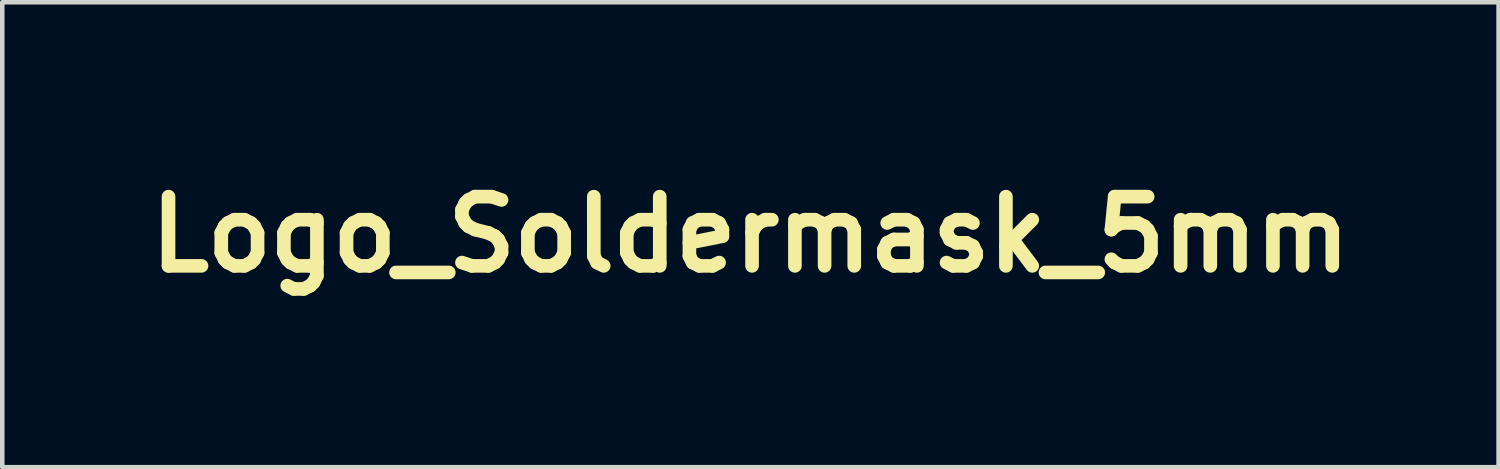
<source format=kicad_pcb>
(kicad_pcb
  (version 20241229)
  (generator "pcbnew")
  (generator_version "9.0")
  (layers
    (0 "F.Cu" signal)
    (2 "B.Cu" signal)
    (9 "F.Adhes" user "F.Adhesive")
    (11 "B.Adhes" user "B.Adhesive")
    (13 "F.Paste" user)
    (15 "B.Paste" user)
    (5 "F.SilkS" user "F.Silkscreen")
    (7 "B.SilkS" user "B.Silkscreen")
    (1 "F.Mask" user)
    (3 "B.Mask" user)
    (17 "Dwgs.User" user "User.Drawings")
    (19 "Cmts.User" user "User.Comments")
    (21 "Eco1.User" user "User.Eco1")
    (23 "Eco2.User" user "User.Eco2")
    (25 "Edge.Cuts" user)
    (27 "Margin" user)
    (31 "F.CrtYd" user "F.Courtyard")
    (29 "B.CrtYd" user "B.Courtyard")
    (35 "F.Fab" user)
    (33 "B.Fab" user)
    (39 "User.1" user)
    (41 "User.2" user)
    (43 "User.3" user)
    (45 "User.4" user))
  (footprint "Logo_Soldermask_5mm"
    (layer "F.Cu")
    (at 13.469 2.113)
    (property "Reference" "Logo_Soldermask_5mm" (at 0 0 0) (layer "F.SilkS") (effects (font (size 1.524 1.524) (thickness 0.3))))
    (attr through_hole)
    (fp_poly (pts (xy 0.008 -2.102) (xy 0.019 -2.085) (xy 0.035 -2.058) (xy 0.056 -2.021) (xy 0.082 -1.976) (xy 0.112 -1.923) (xy 0.145 -1.864) (xy 0.181 -1.8) (xy 0.219 -1.731) (xy 0.252 -1.672) (xy 0.292 -1.6) (xy 0.33 -1.531) (xy 0.366 -1.467) (xy 0.399 -1.408) (xy 0.428 -1.356) (xy 0.453 -1.311) (xy 0.473 -1.275) (xy 0.488 -1.248) (xy 0.497 -1.231) (xy 0.5 -1.226) (xy 0.505 -1.224) (xy 0.514 -1.226) (xy 0.531 -1.231) (xy 0.555 -1.24) (xy 0.588 -1.253) (xy 0.631 -1.271) (xy 0.684 -1.294) (xy 0.741 -1.319) (xy 0.794 -1.342) (xy 0.844 -1.363) (xy 0.888 -1.381) (xy 0.925 -1.396) (xy 0.953 -1.408) (xy 0.972 -1.415) (xy 0.98 -1.417) (xy 0.98 -1.416) (xy 0.98 -1.409) (xy 0.978 -1.389) (xy 0.976 -1.357) (xy 0.972 -1.313) (xy 0.968 -1.26) (xy 0.962 -1.198) (xy 0.956 -1.128) (xy 0.949 -1.051) (xy 0.941 -0.968) (xy 0.933 -0.88) (xy 0.924 -0.787) (xy 0.923 -0.772) (xy 0.914 -0.679) (xy 0.905 -0.59) (xy 0.897 -0.506) (xy 0.89 -0.428) (xy 0.884 -0.357) (xy 0.878 -0.293) (xy 0.873 -0.239) (xy 0.869 -0.194) (xy 0.866 -0.16) (xy 0.864 -0.138) (xy 0.864 -0.129) (xy 0.864 -0.129) (xy 0.87 -0.133) (xy 0.885 -0.145) (xy 0.908 -0.165) (xy 0.939 -0.192) (xy 0.977 -0.225) (xy 1.021 -0.263) (xy 1.069 -0.306) (xy 1.122 -0.352) (xy 1.168 -0.393) (xy 1.223 -0.442) (xy 1.275 -0.488) (xy 1.323 -0.531) (xy 1.366 -0.568) (xy 1.403 -0.601) (xy 1.434 -0.627) (xy 1.456 -0.646) (xy 1.47 -0.658) (xy 1.475 -0.661) (xy 1.477 -0.66) (xy 1.48 -0.654) (xy 1.485 -0.644) (xy 1.492 -0.627) (xy 1.501 -0.603) (xy 1.514 -0.57) (xy 1.53 -0.528) (xy 1.549 -0.475) (xy 1.572 -0.413) (xy 1.592 -0.357) (xy 1.533 -0.289) (xy 1.457 -0.198) (xy 1.376 -0.099) (xy 1.294 0.007) (xy 1.209 0.118) (xy 1.124 0.234) (xy 1.04 0.351) (xy 0.958 0.469) (xy 0.879 0.586) (xy 0.804 0.7) (xy 0.735 0.809) (xy 0.672 0.913) (xy 0.616 1.01) (xy 0.582 1.071) (xy 0.544 1.143) (xy 0.521 1.109) (xy 0.478 1.041) (xy 0.432 0.961) (xy 0.387 0.873) (xy 0.341 0.777) (xy 0.298 0.678) (xy 0.257 0.576) (xy 0.22 0.475) (xy 0.202 0.421) (xy 0.169 0.314) (xy 0.136 0.196) (xy 0.104 0.072) (xy 0.074 -0.057) (xy 0.046 -0.186) (xy 0.024 -0.297) (xy 0.004 -0.402) (xy -0.032 -0.224) (xy -0.071 -0.038) (xy -0.113 0.135) (xy -0.157 0.297) (xy -0.204 0.448) (xy -0.255 0.589) (xy -0.308 0.722) (xy -0.366 0.847) (xy -0.429 0.966) (xy -0.49 1.07) (xy -0.506 1.096) (xy -0.521 1.118) (xy -0.531 1.132) (xy -0.535 1.137) (xy -0.54 1.133) (xy -0.549 1.118) (xy -0.562 1.097) (xy -0.569 1.083) (xy -0.609 1.007) (xy -0.658 0.923) (xy -0.714 0.831) (xy -0.776 0.733) (xy -0.843 0.63) (xy -0.915 0.523) (xy -0.989 0.415) (xy -1.066 0.306) (xy -1.144 0.197) (xy -1.223 0.091) (xy -1.301 -0.011) (xy -1.377 -0.108) (xy -1.45 -0.199) (xy -1.52 -0.281) (xy -1.526 -0.289) (xy -1.585 -0.357) (xy -1.565 -0.413) (xy -1.541 -0.478) (xy -1.522 -0.53) (xy -1.506 -0.572) (xy -1.494 -0.604) (xy -1.485 -0.628) (xy -1.478 -0.644) (xy -1.473 -0.654) (xy -1.47 -0.66) (xy -1.468 -0.661) (xy -1.462 -0.657) (xy -1.446 -0.644) (xy -1.422 -0.623) (xy -1.391 -0.596) (xy -1.352 -0.562) (xy -1.308 -0.524) (xy -1.26 -0.481) (xy -1.207 -0.434) (xy -1.161 -0.394) (xy -1.106 -0.345) (xy -1.054 -0.299) (xy -1.007 -0.257) (xy -0.964 -0.22) (xy -0.927 -0.188) (xy -0.897 -0.162) (xy -0.875 -0.143) (xy -0.861 -0.132) (xy -0.857 -0.129) (xy -0.857 -0.136) (xy -0.859 -0.156) (xy -0.861 -0.188) (xy -0.865 -0.231) (xy -0.87 -0.284) (xy -0.876 -0.346) (xy -0.882 -0.416) (xy -0.889 -0.493) (xy -0.897 -0.576) (xy -0.905 -0.664) (xy -0.906 -0.675) (xy -0.249 -0.675) (xy -0.247 -0.674) (xy -0.237 -0.682) (xy -0.221 -0.696) (xy -0.219 -0.698) (xy -0.194 -0.719) (xy -0.164 -0.74) (xy -0.136 -0.756) (xy -0.074 -0.779) (xy -0.011 -0.789) (xy 0.052 -0.786) (xy 0.113 -0.77) (xy 0.17 -0.74) (xy 0.22 -0.701) (xy 0.238 -0.686) (xy 0.251 -0.676) (xy 0.256 -0.674) (xy 0.256 -0.675) (xy 0.253 -0.683) (xy 0.247 -0.704) (xy 0.237 -0.735) (xy 0.224 -0.776) (xy 0.209 -0.826) (xy 0.191 -0.883) (xy 0.171 -0.946) (xy 0.15 -1.014) (xy 0.129 -1.082) (xy 0.107 -1.153) (xy 0.086 -1.221) (xy 0.066 -1.283) (xy 0.049 -1.338) (xy 0.034 -1.386) (xy 0.021 -1.426) (xy 0.012 -1.455) (xy 0.006 -1.474) (xy 0.004 -1.48) (xy 0.002 -1.474) (xy -0.004 -1.456) (xy -0.014 -1.426) (xy -0.026 -1.387) (xy -0.041 -1.339) (xy -0.059 -1.284) (xy -0.078 -1.222) (xy -0.099 -1.155) (xy -0.121 -1.084) (xy -0.144 -1.012) (xy -0.165 -0.944) (xy -0.185 -0.881) (xy -0.202 -0.824) (xy -0.218 -0.775) (xy -0.231 -0.734) (xy -0.24 -0.703) (xy -0.247 -0.683) (xy -0.249 -0.675) (xy -0.906 -0.675) (xy -0.914 -0.756) (xy -0.916 -0.772) (xy -0.925 -0.865) (xy -0.933 -0.954) (xy -0.941 -1.038) (xy -0.948 -1.116) (xy -0.954 -1.187) (xy -0.96 -1.251) (xy -0.965 -1.306) (xy -0.968 -1.35) (xy -0.971 -1.384) (xy -0.973 -1.407) (xy -0.973 -1.416) (xy -0.973 -1.417) (xy -0.966 -1.415) (xy -0.947 -1.408) (xy -0.919 -1.397) (xy -0.882 -1.382) (xy -0.838 -1.364) (xy -0.789 -1.343) (xy -0.736 -1.32) (xy -0.735 -1.319) (xy -0.682 -1.296) (xy -0.632 -1.275) (xy -0.589 -1.256) (xy -0.552 -1.24) (xy -0.524 -1.228) (xy -0.506 -1.221) (xy -0.499 -1.218) (xy -0.499 -1.218) (xy -0.495 -1.224) (xy -0.486 -1.241) (xy -0.47 -1.268) (xy -0.449 -1.305) (xy -0.424 -1.35) (xy -0.395 -1.403) (xy -0.362 -1.462) (xy -0.326 -1.526) (xy -0.288 -1.595) (xy -0.25 -1.663) (xy -0.21 -1.735) (xy -0.171 -1.804) (xy -0.135 -1.868) (xy -0.102 -1.927) (xy -0.073 -1.979) (xy -0.047 -2.024) (xy -0.026 -2.06) (xy -0.011 -2.087) (xy -0.000415 -2.103) (xy 0.003 -2.108) (xy 0.008 -2.102)) (stroke (width 0.01) (type solid)) (fill yes) (layer "F.Mask"))
    (fp_poly (pts (xy -2.399 -0.406) (xy -2.38 -0.403) (xy -2.35 -0.397) (xy -2.31 -0.389) (xy -2.261 -0.38) (xy -2.206 -0.369) (xy -2.145 -0.358) (xy -2.08 -0.345) (xy -2.079 -0.345) (xy -1.998 -0.329) (xy -1.931 -0.315) (xy -1.875 -0.303) (xy -1.83 -0.293) (xy -1.795 -0.285) (xy -1.769 -0.279) (xy -1.752 -0.273) (xy -1.741 -0.269) (xy -1.739 -0.267) (xy -1.726 -0.254) (xy -1.707 -0.23) (xy -1.683 -0.198) (xy -1.653 -0.16) (xy -1.621 -0.115) (xy -1.586 -0.067) (xy -1.55 -0.016) (xy -1.514 0.035) (xy -1.48 0.086) (xy -1.458 0.118) (xy -1.354 0.277) (xy -1.253 0.442) (xy -1.155 0.609) (xy -1.062 0.778) (xy -0.974 0.946) (xy -0.892 1.11) (xy -0.819 1.27) (xy -0.755 1.42) (xy -0.739 1.461) (xy -0.722 1.507) (xy -0.704 1.558) (xy -0.686 1.609) (xy -0.669 1.658) (xy -0.654 1.704) (xy -0.642 1.744) (xy -0.633 1.774) (xy -0.63 1.79) (xy -0.625 1.807) (xy -0.621 1.816) (xy -0.62 1.816) (xy -0.613 1.811) (xy -0.599 1.797) (xy -0.578 1.776) (xy -0.553 1.748) (xy -0.524 1.716) (xy -0.493 1.681) (xy -0.461 1.645) (xy -0.43 1.609) (xy -0.401 1.575) (xy -0.38 1.549) (xy -0.315 1.467) (xy -0.255 1.386) (xy -0.199 1.303) (xy -0.143 1.214) (xy -0.086 1.117) (xy -0.059 1.069) (xy -0.039 1.035) (xy -0.022 1.005) (xy -0.007 0.983) (xy 0.003 0.969) (xy 0.007 0.965) (xy 0.013 0.973) (xy 0.023 0.991) (xy 0.037 1.016) (xy 0.052 1.044) (xy 0.129 1.18) (xy 0.207 1.305) (xy 0.289 1.422) (xy 0.376 1.535) (xy 0.386 1.548) (xy 0.413 1.58) (xy 0.442 1.615) (xy 0.474 1.651) (xy 0.506 1.687) (xy 0.536 1.722) (xy 0.565 1.753) (xy 0.589 1.78) (xy 0.609 1.8) (xy 0.622 1.813) (xy 0.627 1.816) (xy 0.631 1.81) (xy 0.636 1.795) (xy 0.637 1.79) (xy 0.642 1.768) (xy 0.652 1.735) (xy 0.664 1.694) (xy 0.68 1.647) (xy 0.697 1.597) (xy 0.715 1.545) (xy 0.733 1.496) (xy 0.75 1.45) (xy 0.762 1.42) (xy 0.825 1.271) (xy 0.898 1.114) (xy 0.978 0.952) (xy 1.064 0.787) (xy 1.156 0.621) (xy 1.252 0.456) (xy 1.351 0.294) (xy 1.452 0.138) (xy 1.464 0.119) (xy 1.497 0.07) (xy 1.533 0.019) (xy 1.569 -0.033) (xy 1.604 -0.083) (xy 1.638 -0.13) (xy 1.67 -0.172) (xy 1.698 -0.209) (xy 1.721 -0.238) (xy 1.738 -0.259) (xy 1.746 -0.267) (xy 1.753 -0.271) (xy 1.768 -0.276) (xy 1.791 -0.282) (xy 1.824 -0.29) (xy 1.866 -0.299) (xy 1.92 -0.311) (xy 1.985 -0.324) (xy 2.063 -0.34) (xy 2.086 -0.344) (xy 2.151 -0.357) (xy 2.212 -0.369) (xy 2.267 -0.38) (xy 2.316 -0.389) (xy 2.356 -0.397) (xy 2.386 -0.402) (xy 2.406 -0.406) (xy 2.413 -0.407) (xy 2.413 -0.407) (xy 2.412 -0.4) (xy 2.407 -0.381) (xy 2.4 -0.352) (xy 2.39 -0.313) (xy 2.379 -0.266) (xy 2.365 -0.213) (xy 2.351 -0.154) (xy 2.335 -0.092) (xy 2.318 -0.027) (xy 2.302 0.039) (xy 2.285 0.105) (xy 2.269 0.169) (xy 2.253 0.23) (xy 2.239 0.286) (xy 2.226 0.336) (xy 2.214 0.38) (xy 2.205 0.415) (xy 2.199 0.439) (xy 2.195 0.453) (xy 2.195 0.453) (xy 2.197 0.459) (xy 2.205 0.467) (xy 2.221 0.478) (xy 2.246 0.494) (xy 2.28 0.514) (xy 2.326 0.541) (xy 2.341 0.549) (xy 2.383 0.573) (xy 2.42 0.594) (xy 2.45 0.613) (xy 2.474 0.627) (xy 2.488 0.636) (xy 2.491 0.639) (xy 2.486 0.644) (xy 2.469 0.655) (xy 2.442 0.674) (xy 2.406 0.698) (xy 2.36 0.728) (xy 2.307 0.763) (xy 2.246 0.803) (xy 2.179 0.848) (xy 2.105 0.896) (xy 2.027 0.948) (xy 1.943 1.002) (xy 1.856 1.059) (xy 1.789 1.104) (xy 1.699 1.162) (xy 1.613 1.218) (xy 1.531 1.272) (xy 1.453 1.323) (xy 1.381 1.371) (xy 1.315 1.414) (xy 1.256 1.453) (xy 1.205 1.488) (xy 1.162 1.517) (xy 1.127 1.54) (xy 1.103 1.556) (xy 1.089 1.566) (xy 1.086 1.569) (xy 1.088 1.577) (xy 1.093 1.597) (xy 1.103 1.627) (xy 1.115 1.666) (xy 1.129 1.713) (xy 1.145 1.765) (xy 1.163 1.822) (xy 1.17 1.843) (xy 1.188 1.901) (xy 1.205 1.955) (xy 1.22 2.003) (xy 1.232 2.045) (xy 1.241 2.078) (xy 1.247 2.101) (xy 1.25 2.112) (xy 1.25 2.114) (xy 1.242 2.114) (xy 1.222 2.112) (xy 1.19 2.109) (xy 1.147 2.104) (xy 1.094 2.098) (xy 1.032 2.091) (xy 0.963 2.083) (xy 0.886 2.075) (xy 0.804 2.065) (xy 0.716 2.055) (xy 0.625 2.044) (xy 0.624 2.044) (xy 0.003 1.969) (xy -0.605 2.042) (xy -0.695 2.053) (xy -0.783 2.064) (xy -0.865 2.073) (xy -0.941 2.082) (xy -1.011 2.091) (xy -1.073 2.098) (xy -1.126 2.104) (xy -1.169 2.109) (xy -1.202 2.113) (xy -1.222 2.115) (xy -1.229 2.116) (xy -1.242 2.113) (xy -1.246 2.11) (xy -1.244 2.102) (xy -1.238 2.083) (xy -1.229 2.053) (xy -1.217 2.014) (xy -1.202 1.968) (xy -1.186 1.915) (xy -1.168 1.859) (xy -1.162 1.841) (xy -1.144 1.783) (xy -1.127 1.729) (xy -1.112 1.68) (xy -1.099 1.639) (xy -1.089 1.606) (xy -1.082 1.583) (xy -1.079 1.571) (xy -1.079 1.57) (xy -1.084 1.565) (xy -1.101 1.553) (xy -1.128 1.535) (xy -1.164 1.51) (xy -1.21 1.48) (xy -1.263 1.444) (xy -1.324 1.404) (xy -1.391 1.359) (xy -1.465 1.311) (xy -1.543 1.259) (xy -1.627 1.205) (xy -1.714 1.148) (xy -1.782 1.103) (xy -1.871 1.045) (xy -1.957 0.989) (xy -2.039 0.935) (xy -2.117 0.884) (xy -2.189 0.836) (xy -2.255 0.793) (xy -2.314 0.754) (xy -2.365 0.72) (xy -2.408 0.691) (xy -2.443 0.668) (xy -2.467 0.652) (xy -2.481 0.642) (xy -2.484 0.639) (xy -2.479 0.635) (xy -2.462 0.624) (xy -2.437 0.609) (xy -2.405 0.59) (xy -2.367 0.568) (xy -2.335 0.549) (xy -2.286 0.521) (xy -2.248 0.499) (xy -2.22 0.482) (xy -2.202 0.47) (xy -2.192 0.461) (xy -2.188 0.455) (xy -2.188 0.453) (xy -2.192 0.441) (xy -2.198 0.417) (xy -2.207 0.383) (xy -2.218 0.34) (xy -2.231 0.29) (xy -2.245 0.234) (xy -2.261 0.173) (xy -2.277 0.109) (xy -2.293 0.044) (xy -2.31 -0.022) (xy -2.327 -0.087) (xy -2.342 -0.15) (xy -2.357 -0.209) (xy -2.371 -0.263) (xy -2.383 -0.31) (xy -2.393 -0.349) (xy -2.4 -0.38) (xy -2.405 -0.399) (xy -2.406 -0.407) (xy -2.406 -0.407) (xy -2.399 -0.406)) (stroke (width 0.01) (type solid)) (fill yes) (layer "F.Mask")))
  (gr_rect
    (start -3 -3)
    (end 29.939 7.234)
    (stroke (width 0.1) (type default))
    (fill no)
    (layer "Edge.Cuts")))
</source>
